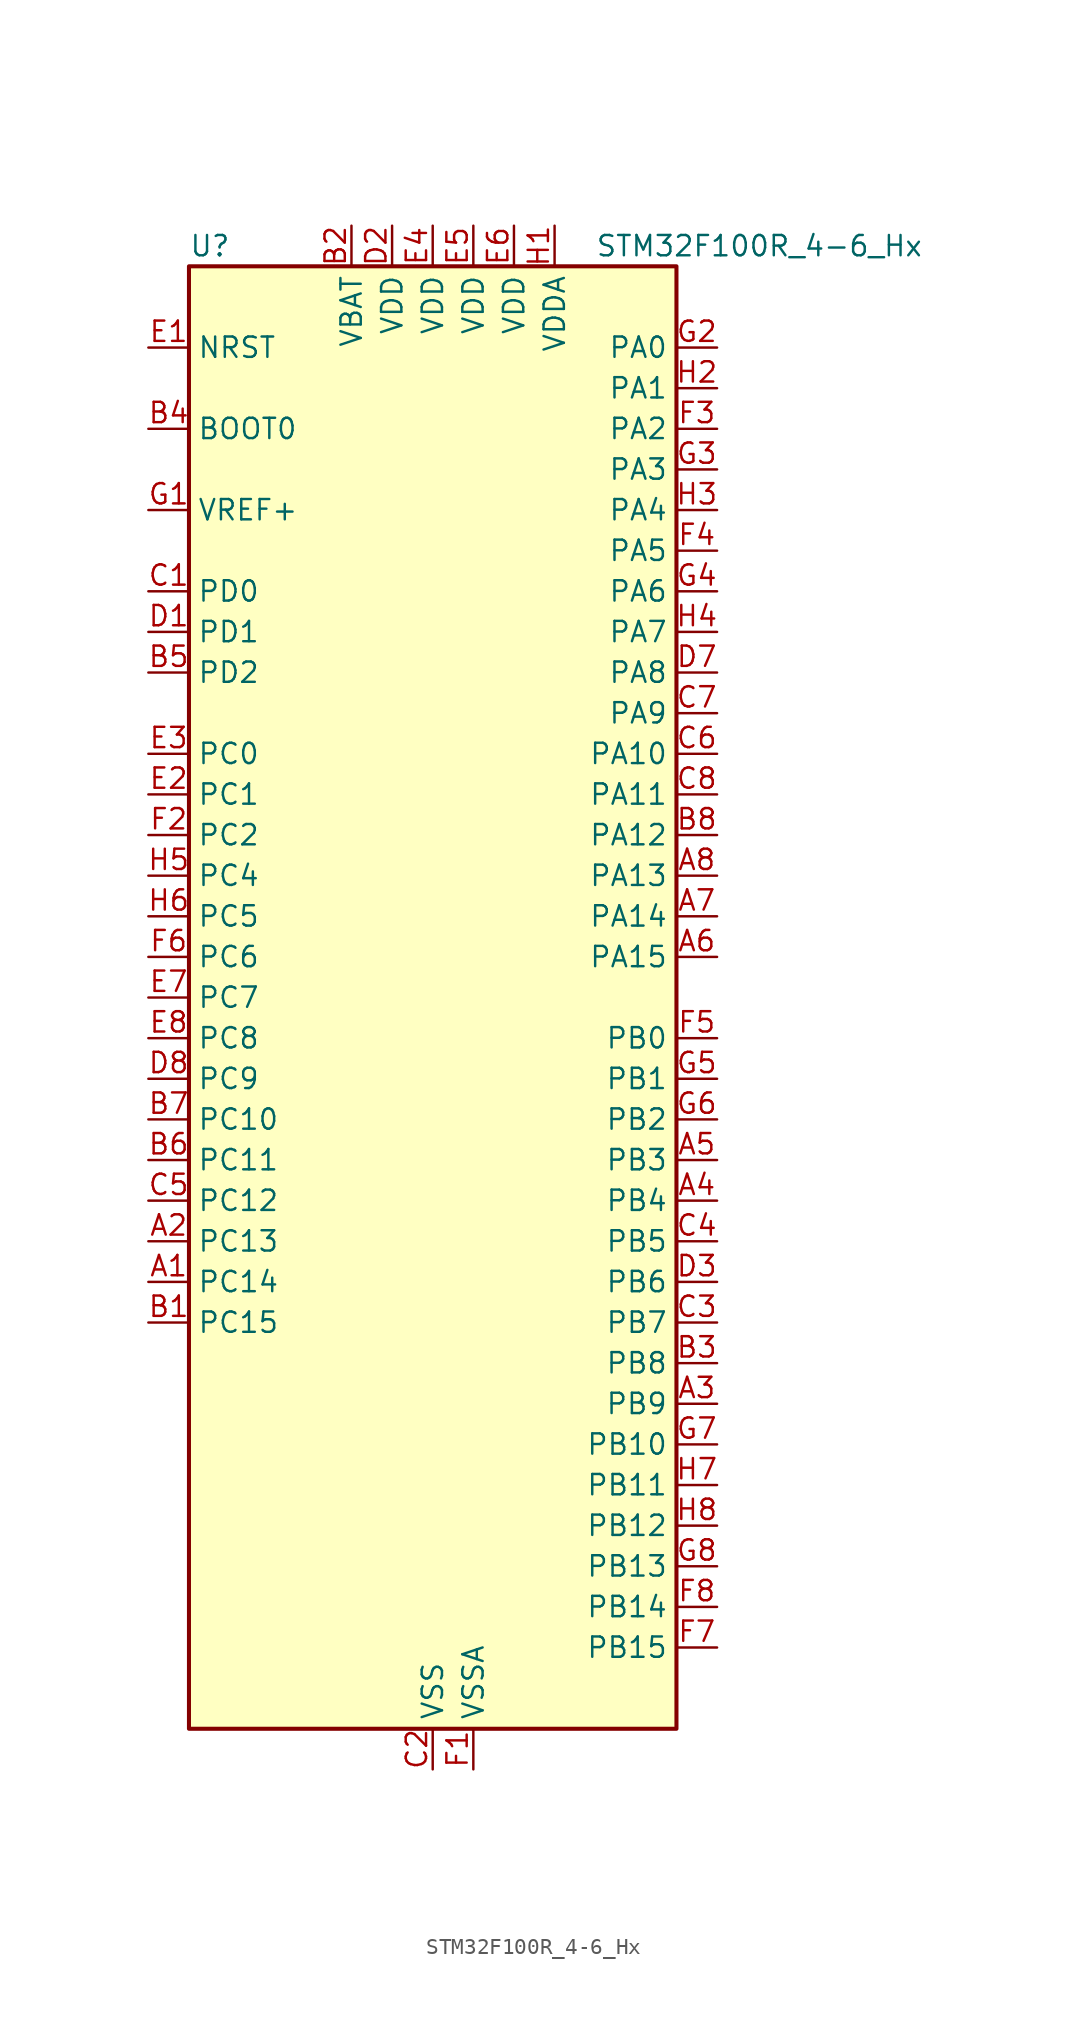
<source format=kicad_sym>
(kicad_symbol_lib
  (version 20241209)
  (generator "kicad_symbol_editor")
  (generator_version "9.0")
  (symbol "STM32F100R_4-6_Hx"
    (property "Reference" "U"
      (at -15.24 46.99 0)
      (effects (font (size 1.27 1.27)) (justify left)))
    (property "Value" "STM32F100R_4-6_Hx"
      (at 10.16 46.99 0)
      (effects (font (size 1.27 1.27)) (justify left)))
    (symbol "STM32F100R_4-6_Hx_0_1"
      (rectangle (start -15.24 -45.72) (end 15.24 45.72) (stroke (width 0.254) (type default)) (fill (type background))))
    (symbol "STM32F100R_4-6_Hx_1_1"
      (pin input line (at -17.78 40.64 0) (length 2.54) (name "NRST" (effects (font (size 1.27 1.27)))) (number "E1" (effects (font (size 1.27 1.27)))))
      (pin input line (at -17.78 35.56 0) (length 2.54) (name "BOOT0" (effects (font (size 1.27 1.27)))) (number "B4" (effects (font (size 1.27 1.27)))))
      (pin input line (at -17.78 30.48 0) (length 2.54) (name "VREF+" (effects (font (size 1.27 1.27)))) (number "G1" (effects (font (size 1.27 1.27)))))
      (pin bidirectional line (at -17.78 25.4 0) (length 2.54) (name "PD0" (effects (font (size 1.27 1.27)))) (number "C1" (effects (font (size 1.27 1.27)))) (alternate "RCC_OSC_IN" bidirectional line))
      (pin bidirectional line (at -17.78 22.86 0) (length 2.54) (name "PD1" (effects (font (size 1.27 1.27)))) (number "D1" (effects (font (size 1.27 1.27)))) (alternate "RCC_OSC_OUT" bidirectional line))
      (pin bidirectional line (at -17.78 20.32 0) (length 2.54) (name "PD2" (effects (font (size 1.27 1.27)))) (number "B5" (effects (font (size 1.27 1.27)))) (alternate "TIM3_ETR" bidirectional line))
      (pin bidirectional line (at -17.78 15.24 0) (length 2.54) (name "PC0" (effects (font (size 1.27 1.27)))) (number "E3" (effects (font (size 1.27 1.27)))) (alternate "ADC1_IN10" bidirectional line))
      (pin bidirectional line (at -17.78 12.7 0) (length 2.54) (name "PC1" (effects (font (size 1.27 1.27)))) (number "E2" (effects (font (size 1.27 1.27)))) (alternate "ADC1_IN11" bidirectional line))
      (pin bidirectional line (at -17.78 10.16 0) (length 2.54) (name "PC2" (effects (font (size 1.27 1.27)))) (number "F2" (effects (font (size 1.27 1.27)))) (alternate "ADC1_IN12" bidirectional line))
      (pin bidirectional line (at -17.78 7.62 0) (length 2.54) (name "PC4" (effects (font (size 1.27 1.27)))) (number "H5" (effects (font (size 1.27 1.27)))) (alternate "ADC1_IN14" bidirectional line))
      (pin bidirectional line (at -17.78 5.08 0) (length 2.54) (name "PC5" (effects (font (size 1.27 1.27)))) (number "H6" (effects (font (size 1.27 1.27)))) (alternate "ADC1_IN15" bidirectional line))
      (pin bidirectional line (at -17.78 2.54 0) (length 2.54) (name "PC6" (effects (font (size 1.27 1.27)))) (number "F6" (effects (font (size 1.27 1.27)))) (alternate "TIM3_CH1" bidirectional line))
      (pin bidirectional line (at -17.78 0 0) (length 2.54) (name "PC7" (effects (font (size 1.27 1.27)))) (number "E7" (effects (font (size 1.27 1.27)))) (alternate "TIM3_CH2" bidirectional line))
      (pin bidirectional line (at -17.78 -2.54 0) (length 2.54) (name "PC8" (effects (font (size 1.27 1.27)))) (number "E8" (effects (font (size 1.27 1.27)))) (alternate "TIM3_CH3" bidirectional line))
      (pin bidirectional line (at -17.78 -5.08 0) (length 2.54) (name "PC9" (effects (font (size 1.27 1.27)))) (number "D8" (effects (font (size 1.27 1.27)))) (alternate "DAC_EXTI9" bidirectional line) (alternate "TIM3_CH4" bidirectional line))
      (pin bidirectional line (at -17.78 -7.62 0) (length 2.54) (name "PC10" (effects (font (size 1.27 1.27)))) (number "B7" (effects (font (size 1.27 1.27)))))
      (pin bidirectional line (at -17.78 -10.16 0) (length 2.54) (name "PC11" (effects (font (size 1.27 1.27)))) (number "B6" (effects (font (size 1.27 1.27)))) (alternate "ADC1_EXTI11" bidirectional line))
      (pin bidirectional line (at -17.78 -12.7 0) (length 2.54) (name "PC12" (effects (font (size 1.27 1.27)))) (number "C5" (effects (font (size 1.27 1.27)))))
      (pin bidirectional line (at -17.78 -15.24 0) (length 2.54) (name "PC13" (effects (font (size 1.27 1.27)))) (number "A2" (effects (font (size 1.27 1.27)))) (alternate "RTC_OUT" bidirectional line) (alternate "RTC_TAMPER" bidirectional line))
      (pin bidirectional line (at -17.78 -17.78 0) (length 2.54) (name "PC14" (effects (font (size 1.27 1.27)))) (number "A1" (effects (font (size 1.27 1.27)))) (alternate "RCC_OSC32_IN" bidirectional line))
      (pin bidirectional line (at -17.78 -20.32 0) (length 2.54) (name "PC15" (effects (font (size 1.27 1.27)))) (number "B1" (effects (font (size 1.27 1.27)))) (alternate "ADC1_EXTI15" bidirectional line) (alternate "RCC_OSC32_OUT" bidirectional line))
      (pin power_in line (at -5.08 48.26 270) (length 2.54) (name "VBAT" (effects (font (size 1.27 1.27)))) (number "B2" (effects (font (size 1.27 1.27)))))
      (pin power_in line (at -2.54 48.26 270) (length 2.54) (name "VDD" (effects (font (size 1.27 1.27)))) (number "D2" (effects (font (size 1.27 1.27)))))
      (pin power_in line (at 0 48.26 270) (length 2.54) (name "VDD" (effects (font (size 1.27 1.27)))) (number "E4" (effects (font (size 1.27 1.27)))))
      (pin power_in line (at 0 -48.26 90) (length 2.54) (name "VSS" (effects (font (size 1.27 1.27)))) (number "C2" (effects (font (size 1.27 1.27)))))
      (pin passive line (at 0 -48.26 90) (length 2.54) (hide yes) (name "VSS" (effects (font (size 1.27 1.27)))) (number "D4" (effects (font (size 1.27 1.27)))))
      (pin passive line (at 0 -48.26 90) (length 2.54) (hide yes) (name "VSS" (effects (font (size 1.27 1.27)))) (number "D5" (effects (font (size 1.27 1.27)))))
      (pin passive line (at 0 -48.26 90) (length 2.54) (hide yes) (name "VSS" (effects (font (size 1.27 1.27)))) (number "D6" (effects (font (size 1.27 1.27)))))
      (pin power_in line (at 2.54 48.26 270) (length 2.54) (name "VDD" (effects (font (size 1.27 1.27)))) (number "E5" (effects (font (size 1.27 1.27)))))
      (pin power_in line (at 2.54 -48.26 90) (length 2.54) (name "VSSA" (effects (font (size 1.27 1.27)))) (number "F1" (effects (font (size 1.27 1.27)))))
      (pin power_in line (at 5.08 48.26 270) (length 2.54) (name "VDD" (effects (font (size 1.27 1.27)))) (number "E6" (effects (font (size 1.27 1.27)))))
      (pin power_in line (at 7.62 48.26 270) (length 2.54) (name "VDDA" (effects (font (size 1.27 1.27)))) (number "H1" (effects (font (size 1.27 1.27)))))
      (pin bidirectional line (at 17.78 40.64 180) (length 2.54) (name "PA0" (effects (font (size 1.27 1.27)))) (number "G2" (effects (font (size 1.27 1.27)))) (alternate "ADC1_IN0" bidirectional line) (alternate "SYS_WKUP" bidirectional line) (alternate "TIM2_CH1" bidirectional line) (alternate "TIM2_ETR" bidirectional line) (alternate "USART2_CTS" bidirectional line))
      (pin bidirectional line (at 17.78 38.1 180) (length 2.54) (name "PA1" (effects (font (size 1.27 1.27)))) (number "H2" (effects (font (size 1.27 1.27)))) (alternate "ADC1_IN1" bidirectional line) (alternate "TIM2_CH2" bidirectional line) (alternate "USART2_RTS" bidirectional line))
      (pin bidirectional line (at 17.78 35.56 180) (length 2.54) (name "PA2" (effects (font (size 1.27 1.27)))) (number "F3" (effects (font (size 1.27 1.27)))) (alternate "ADC1_IN2" bidirectional line) (alternate "TIM15_CH1" bidirectional line) (alternate "TIM2_CH3" bidirectional line) (alternate "USART2_TX" bidirectional line))
      (pin bidirectional line (at 17.78 33.02 180) (length 2.54) (name "PA3" (effects (font (size 1.27 1.27)))) (number "G3" (effects (font (size 1.27 1.27)))) (alternate "ADC1_IN3" bidirectional line) (alternate "TIM15_CH2" bidirectional line) (alternate "TIM2_CH4" bidirectional line) (alternate "USART2_RX" bidirectional line))
      (pin bidirectional line (at 17.78 30.48 180) (length 2.54) (name "PA4" (effects (font (size 1.27 1.27)))) (number "H3" (effects (font (size 1.27 1.27)))) (alternate "ADC1_IN4" bidirectional line) (alternate "DAC_OUT1" bidirectional line) (alternate "SPI1_NSS" bidirectional line) (alternate "USART2_CK" bidirectional line))
      (pin bidirectional line (at 17.78 27.94 180) (length 2.54) (name "PA5" (effects (font (size 1.27 1.27)))) (number "F4" (effects (font (size 1.27 1.27)))) (alternate "ADC1_IN5" bidirectional line) (alternate "DAC_OUT2" bidirectional line) (alternate "SPI1_SCK" bidirectional line))
      (pin bidirectional line (at 17.78 25.4 180) (length 2.54) (name "PA6" (effects (font (size 1.27 1.27)))) (number "G4" (effects (font (size 1.27 1.27)))) (alternate "ADC1_IN6" bidirectional line) (alternate "SPI1_MISO" bidirectional line) (alternate "TIM16_CH1" bidirectional line) (alternate "TIM1_BKIN" bidirectional line) (alternate "TIM3_CH1" bidirectional line))
      (pin bidirectional line (at 17.78 22.86 180) (length 2.54) (name "PA7" (effects (font (size 1.27 1.27)))) (number "H4" (effects (font (size 1.27 1.27)))) (alternate "ADC1_IN7" bidirectional line) (alternate "SPI1_MOSI" bidirectional line) (alternate "TIM17_CH1" bidirectional line) (alternate "TIM1_CH1N" bidirectional line) (alternate "TIM3_CH2" bidirectional line))
      (pin bidirectional line (at 17.78 20.32 180) (length 2.54) (name "PA8" (effects (font (size 1.27 1.27)))) (number "D7" (effects (font (size 1.27 1.27)))) (alternate "RCC_MCO" bidirectional line) (alternate "TIM1_CH1" bidirectional line) (alternate "USART1_CK" bidirectional line))
      (pin bidirectional line (at 17.78 17.78 180) (length 2.54) (name "PA9" (effects (font (size 1.27 1.27)))) (number "C7" (effects (font (size 1.27 1.27)))) (alternate "DAC_EXTI9" bidirectional line) (alternate "TIM15_BKIN" bidirectional line) (alternate "TIM1_CH2" bidirectional line) (alternate "USART1_TX" bidirectional line))
      (pin bidirectional line (at 17.78 15.24 180) (length 2.54) (name "PA10" (effects (font (size 1.27 1.27)))) (number "C6" (effects (font (size 1.27 1.27)))) (alternate "TIM17_BKIN" bidirectional line) (alternate "TIM1_CH3" bidirectional line) (alternate "USART1_RX" bidirectional line))
      (pin bidirectional line (at 17.78 12.7 180) (length 2.54) (name "PA11" (effects (font (size 1.27 1.27)))) (number "C8" (effects (font (size 1.27 1.27)))) (alternate "ADC1_EXTI11" bidirectional line) (alternate "TIM1_CH4" bidirectional line) (alternate "USART1_CTS" bidirectional line))
      (pin bidirectional line (at 17.78 10.16 180) (length 2.54) (name "PA12" (effects (font (size 1.27 1.27)))) (number "B8" (effects (font (size 1.27 1.27)))) (alternate "TIM1_ETR" bidirectional line) (alternate "USART1_RTS" bidirectional line))
      (pin bidirectional line (at 17.78 7.62 180) (length 2.54) (name "PA13" (effects (font (size 1.27 1.27)))) (number "A8" (effects (font (size 1.27 1.27)))) (alternate "SYS_JTMS-SWDIO" bidirectional line))
      (pin bidirectional line (at 17.78 5.08 180) (length 2.54) (name "PA14" (effects (font (size 1.27 1.27)))) (number "A7" (effects (font (size 1.27 1.27)))) (alternate "SYS_JTCK-SWCLK" bidirectional line))
      (pin bidirectional line (at 17.78 2.54 180) (length 2.54) (name "PA15" (effects (font (size 1.27 1.27)))) (number "A6" (effects (font (size 1.27 1.27)))) (alternate "ADC1_EXTI15" bidirectional line) (alternate "SPI1_NSS" bidirectional line) (alternate "SYS_JTDI" bidirectional line) (alternate "TIM2_CH1" bidirectional line) (alternate "TIM2_ETR" bidirectional line))
      (pin bidirectional line (at 17.78 -2.54 180) (length 2.54) (name "PB0" (effects (font (size 1.27 1.27)))) (number "F5" (effects (font (size 1.27 1.27)))) (alternate "ADC1_IN8" bidirectional line) (alternate "TIM1_CH2N" bidirectional line) (alternate "TIM3_CH3" bidirectional line))
      (pin bidirectional line (at 17.78 -5.08 180) (length 2.54) (name "PB1" (effects (font (size 1.27 1.27)))) (number "G5" (effects (font (size 1.27 1.27)))) (alternate "ADC1_IN9" bidirectional line) (alternate "TIM1_CH3N" bidirectional line) (alternate "TIM3_CH4" bidirectional line))
      (pin bidirectional line (at 17.78 -7.62 180) (length 2.54) (name "PB2" (effects (font (size 1.27 1.27)))) (number "G6" (effects (font (size 1.27 1.27)))))
      (pin bidirectional line (at 17.78 -10.16 180) (length 2.54) (name "PB3" (effects (font (size 1.27 1.27)))) (number "A5" (effects (font (size 1.27 1.27)))) (alternate "SPI1_SCK" bidirectional line) (alternate "SYS_JTDO-TRACESWO" bidirectional line) (alternate "TIM2_CH2" bidirectional line))
      (pin bidirectional line (at 17.78 -12.7 180) (length 2.54) (name "PB4" (effects (font (size 1.27 1.27)))) (number "A4" (effects (font (size 1.27 1.27)))) (alternate "SPI1_MISO" bidirectional line) (alternate "SYS_NJTRST" bidirectional line) (alternate "TIM3_CH1" bidirectional line))
      (pin bidirectional line (at 17.78 -15.24 180) (length 2.54) (name "PB5" (effects (font (size 1.27 1.27)))) (number "C4" (effects (font (size 1.27 1.27)))) (alternate "I2C1_SMBA" bidirectional line) (alternate "SPI1_MOSI" bidirectional line) (alternate "TIM16_BKIN" bidirectional line) (alternate "TIM3_CH2" bidirectional line))
      (pin bidirectional line (at 17.78 -17.78 180) (length 2.54) (name "PB6" (effects (font (size 1.27 1.27)))) (number "D3" (effects (font (size 1.27 1.27)))) (alternate "I2C1_SCL" bidirectional line) (alternate "TIM16_CH1N" bidirectional line) (alternate "USART1_TX" bidirectional line))
      (pin bidirectional line (at 17.78 -20.32 180) (length 2.54) (name "PB7" (effects (font (size 1.27 1.27)))) (number "C3" (effects (font (size 1.27 1.27)))) (alternate "I2C1_SDA" bidirectional line) (alternate "TIM17_CH1N" bidirectional line) (alternate "USART1_RX" bidirectional line))
      (pin bidirectional line (at 17.78 -22.86 180) (length 2.54) (name "PB8" (effects (font (size 1.27 1.27)))) (number "B3" (effects (font (size 1.27 1.27)))) (alternate "CEC" bidirectional line) (alternate "I2C1_SCL" bidirectional line) (alternate "TIM16_CH1" bidirectional line))
      (pin bidirectional line (at 17.78 -25.4 180) (length 2.54) (name "PB9" (effects (font (size 1.27 1.27)))) (number "A3" (effects (font (size 1.27 1.27)))) (alternate "DAC_EXTI9" bidirectional line) (alternate "I2C1_SDA" bidirectional line) (alternate "TIM17_CH1" bidirectional line))
      (pin bidirectional line (at 17.78 -27.94 180) (length 2.54) (name "PB10" (effects (font (size 1.27 1.27)))) (number "G7" (effects (font (size 1.27 1.27)))) (alternate "CEC" bidirectional line) (alternate "TIM2_CH3" bidirectional line))
      (pin bidirectional line (at 17.78 -30.48 180) (length 2.54) (name "PB11" (effects (font (size 1.27 1.27)))) (number "H7" (effects (font (size 1.27 1.27)))) (alternate "ADC1_EXTI11" bidirectional line) (alternate "TIM2_CH4" bidirectional line))
      (pin bidirectional line (at 17.78 -33.02 180) (length 2.54) (name "PB12" (effects (font (size 1.27 1.27)))) (number "H8" (effects (font (size 1.27 1.27)))) (alternate "TIM1_BKIN" bidirectional line))
      (pin bidirectional line (at 17.78 -35.56 180) (length 2.54) (name "PB13" (effects (font (size 1.27 1.27)))) (number "G8" (effects (font (size 1.27 1.27)))) (alternate "TIM1_CH1N" bidirectional line))
      (pin bidirectional line (at 17.78 -38.1 180) (length 2.54) (name "PB14" (effects (font (size 1.27 1.27)))) (number "F8" (effects (font (size 1.27 1.27)))) (alternate "TIM15_CH1" bidirectional line) (alternate "TIM1_CH2N" bidirectional line))
      (pin bidirectional line (at 17.78 -40.64 180) (length 2.54) (name "PB15" (effects (font (size 1.27 1.27)))) (number "F7" (effects (font (size 1.27 1.27)))) (alternate "ADC1_EXTI15" bidirectional line) (alternate "TIM15_CH1N" bidirectional line) (alternate "TIM15_CH2" bidirectional line) (alternate "TIM1_CH3N" bidirectional line)))))
</source>
